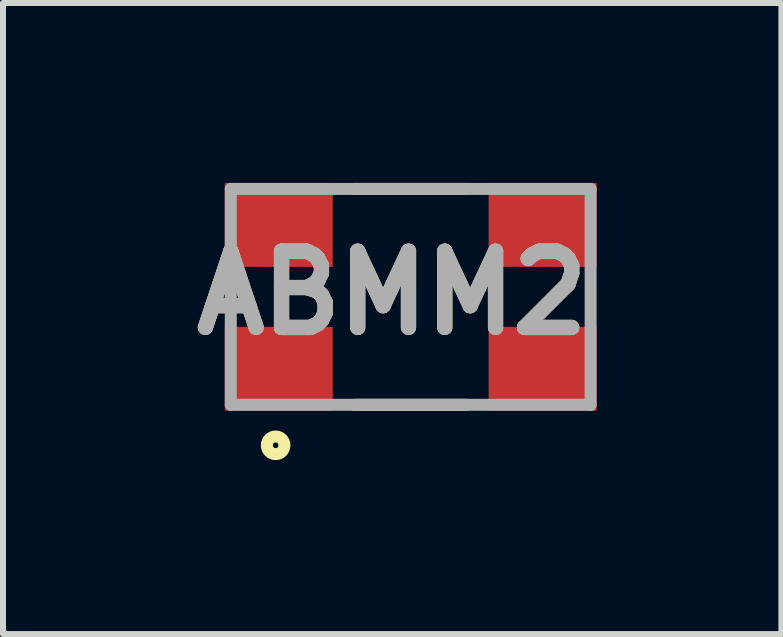
<source format=kicad_pcb>
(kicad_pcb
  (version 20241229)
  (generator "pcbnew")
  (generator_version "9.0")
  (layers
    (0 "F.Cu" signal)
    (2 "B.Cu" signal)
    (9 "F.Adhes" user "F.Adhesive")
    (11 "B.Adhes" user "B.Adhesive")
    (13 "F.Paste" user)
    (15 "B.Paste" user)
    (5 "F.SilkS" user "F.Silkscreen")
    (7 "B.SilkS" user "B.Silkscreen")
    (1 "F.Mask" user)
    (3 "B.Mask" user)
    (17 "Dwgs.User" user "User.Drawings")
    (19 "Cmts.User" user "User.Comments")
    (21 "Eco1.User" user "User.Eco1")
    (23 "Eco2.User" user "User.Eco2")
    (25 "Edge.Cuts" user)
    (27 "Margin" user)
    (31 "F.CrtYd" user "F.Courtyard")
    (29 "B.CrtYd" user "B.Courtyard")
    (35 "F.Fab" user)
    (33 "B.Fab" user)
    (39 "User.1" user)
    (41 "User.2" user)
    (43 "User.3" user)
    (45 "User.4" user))
  (footprint "ABMM2"
    (layer "F.Cu")
    (at 3.798 1.9)
    (property "Reference" "ABMM2" (at -0.309 -0.065 0) (layer "F.SilkS") (effects (font (size 1.27 1.27) (thickness 0.254))))
    (attr smd)
    (fp_line (start -0.938 -1.8) (end 0.938 -1.8) (stroke (width 0.2) (type solid)) (layer "F.SilkS"))
    (fp_line (start -0.938 1.8) (end 0.938 1.8) (stroke (width 0.2) (type solid)) (layer "F.SilkS"))
    (fp_circle (center -2.252 2.475) (end -2.252 2.522) (stroke (width 0.2) (type solid)) (fill no) (layer "F.SilkS"))
    (fp_line (start -3 -1.8) (end 3 -1.8) (stroke (width 0.2) (type solid)) (layer "F.Fab"))
    (fp_line (start -3 1.8) (end -3 -1.8) (stroke (width 0.2) (type solid)) (layer "F.Fab"))
    (fp_line (start 3 -1.8) (end 3 1.8) (stroke (width 0.2) (type solid)) (layer "F.Fab"))
    (fp_line (start 3 1.8) (end -3 1.8) (stroke (width 0.2) (type solid)) (layer "F.Fab"))
    (fp_text user "${REFERENCE}" (at -0.309 -0.065 0) (layer "F.Fab") (effects (font (size 1.27 1.27) (thickness 0.254))))
    (pad "1" smd rect (at -2.2 1.2 90) (size 1.4 1.8) (layers "F.Cu" "F.Mask" "F.Paste"))
    (pad "2" smd rect (at 2.2 1.2 90) (size 1.4 1.8) (layers "F.Cu" "F.Mask" "F.Paste"))
    (pad "3" smd rect (at 2.2 -1.2 90) (size 1.4 1.8) (layers "F.Cu" "F.Mask" "F.Paste"))
    (pad "4" smd rect (at -2.2 -1.2 90) (size 1.4 1.8) (layers "F.Cu" "F.Mask" "F.Paste")))
  (gr_rect
    (start -3 -3)
    (end 9.979 7.522)
    (stroke (width 0.1) (type default))
    (fill no)
    (layer "Edge.Cuts")))
</source>
